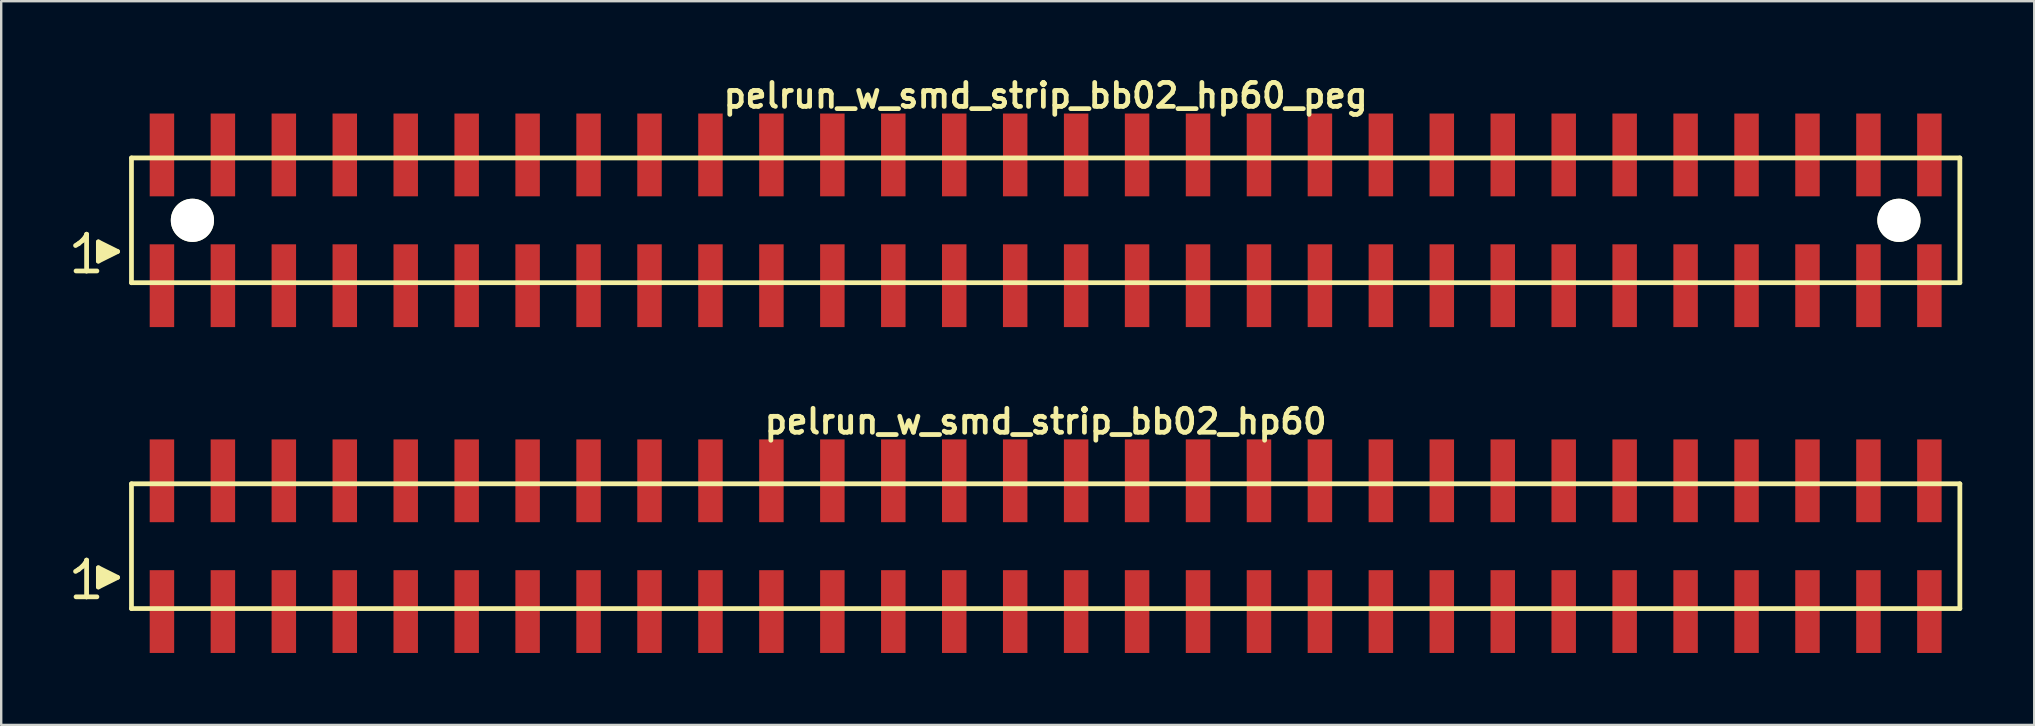
<source format=kicad_pcb>
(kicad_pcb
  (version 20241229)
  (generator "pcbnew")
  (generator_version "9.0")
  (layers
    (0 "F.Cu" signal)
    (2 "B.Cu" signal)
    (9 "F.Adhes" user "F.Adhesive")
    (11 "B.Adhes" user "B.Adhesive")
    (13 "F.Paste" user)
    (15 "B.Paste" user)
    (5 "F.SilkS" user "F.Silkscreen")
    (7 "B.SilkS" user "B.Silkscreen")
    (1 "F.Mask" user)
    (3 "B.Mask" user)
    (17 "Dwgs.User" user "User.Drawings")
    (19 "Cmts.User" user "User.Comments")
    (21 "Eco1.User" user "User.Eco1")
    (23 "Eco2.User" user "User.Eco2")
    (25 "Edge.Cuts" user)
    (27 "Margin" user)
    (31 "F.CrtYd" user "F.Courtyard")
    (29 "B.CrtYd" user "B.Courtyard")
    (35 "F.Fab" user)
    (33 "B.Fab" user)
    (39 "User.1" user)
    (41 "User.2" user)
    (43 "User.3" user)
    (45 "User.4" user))
  (footprint "pelrun_w_smd_strip_bb02_hp60"
    (layer "F.Cu")
    (at 40.529 19.713)
    (property "Reference" "pelrun_w_smd_strip_bb02_hp60" (at 0 -5.2 0) (layer "F.SilkS") (effects (font (size 0.998 0.998) (thickness 0.198))))
    (attr through_hole)
    (fp_line (start -40.43 1.05) (end -40.3 0.97) (stroke (width 0.198) (type solid)) (layer "F.SilkS"))
    (fp_line (start -40.3 0.97) (end -40.14 0.84) (stroke (width 0.198) (type solid)) (layer "F.SilkS"))
    (fp_line (start -40.14 0.84) (end -40 0.67) (stroke (width 0.198) (type solid)) (layer "F.SilkS"))
    (fp_line (start -40 0.67) (end -39.97 0.58) (stroke (width 0.198) (type solid)) (layer "F.SilkS"))
    (fp_line (start -39.97 0.58) (end -39.97 2.11) (stroke (width 0.198) (type solid)) (layer "F.SilkS"))
    (fp_line (start -39.97 2.11) (end -40.41 2.11) (stroke (width 0.198) (type solid)) (layer "F.SilkS"))
    (fp_line (start -39.54 2.11) (end -39.98 2.11) (stroke (width 0.198) (type solid)) (layer "F.SilkS"))
    (fp_line (start -39.48 0.9) (end -38.68 1.3) (stroke (width 0.198) (type solid)) (layer "F.SilkS"))
    (fp_line (start -39.48 1.7) (end -39.48 0.9) (stroke (width 0.198) (type solid)) (layer "F.SilkS"))
    (fp_line (start -39.38 1.6) (end -39.38 1) (stroke (width 0.198) (type solid)) (layer "F.SilkS"))
    (fp_line (start -39.28 1.1) (end -39.28 1.5) (stroke (width 0.198) (type solid)) (layer "F.SilkS"))
    (fp_line (start -39.18 1.5) (end -39.18 1.1) (stroke (width 0.198) (type solid)) (layer "F.SilkS"))
    (fp_line (start -39.08 1.2) (end -39.08 1.4) (stroke (width 0.198) (type solid)) (layer "F.SilkS"))
    (fp_line (start -38.98 1.4) (end -38.98 1.2) (stroke (width 0.198) (type solid)) (layer "F.SilkS"))
    (fp_line (start -38.68 1.3) (end -39.48 1.7) (stroke (width 0.198) (type solid)) (layer "F.SilkS"))
    (fp_line (start -38.1 -2.6) (end -38.1 2.6) (stroke (width 0.198) (type solid)) (layer "F.SilkS"))
    (fp_line (start -38.1 -2.6) (end 38.1 -2.6) (stroke (width 0.198) (type solid)) (layer "F.SilkS"))
    (fp_line (start 38.1 2.6) (end -38.1 2.6) (stroke (width 0.198) (type solid)) (layer "F.SilkS"))
    (fp_line (start 38.1 2.6) (end 38.1 -2.6) (stroke (width 0.198) (type solid)) (layer "F.SilkS"))
    (pad "1" smd rect (at -36.83 2.725) (size 1.02 3.45) (layers "F.Cu" "F.Mask" "F.Paste"))
    (pad "2" smd rect (at -36.83 -2.725) (size 1.02 3.45) (layers "F.Cu" "F.Mask" "F.Paste"))
    (pad "3" smd rect (at -34.29 2.725) (size 1.02 3.45) (layers "F.Cu" "F.Mask" "F.Paste"))
    (pad "4" smd rect (at -34.29 -2.725) (size 1.02 3.45) (layers "F.Cu" "F.Mask" "F.Paste"))
    (pad "5" smd rect (at -31.75 2.725) (size 1.02 3.45) (layers "F.Cu" "F.Mask" "F.Paste"))
    (pad "6" smd rect (at -31.75 -2.725) (size 1.02 3.45) (layers "F.Cu" "F.Mask" "F.Paste"))
    (pad "7" smd rect (at -29.21 2.725) (size 1.02 3.45) (layers "F.Cu" "F.Mask" "F.Paste"))
    (pad "8" smd rect (at -29.21 -2.725) (size 1.02 3.45) (layers "F.Cu" "F.Mask" "F.Paste"))
    (pad "9" smd rect (at -26.67 2.725) (size 1.02 3.45) (layers "F.Cu" "F.Mask" "F.Paste"))
    (pad "10" smd rect (at -26.67 -2.725) (size 1.02 3.45) (layers "F.Cu" "F.Mask" "F.Paste"))
    (pad "11" smd rect (at -24.13 2.725) (size 1.02 3.45) (layers "F.Cu" "F.Mask" "F.Paste"))
    (pad "12" smd rect (at -24.13 -2.725) (size 1.02 3.45) (layers "F.Cu" "F.Mask" "F.Paste"))
    (pad "13" smd rect (at -21.59 2.725) (size 1.02 3.45) (layers "F.Cu" "F.Mask" "F.Paste"))
    (pad "14" smd rect (at -21.59 -2.725) (size 1.02 3.45) (layers "F.Cu" "F.Mask" "F.Paste"))
    (pad "15" smd rect (at -19.05 2.725) (size 1.02 3.45) (layers "F.Cu" "F.Mask" "F.Paste"))
    (pad "16" smd rect (at -19.05 -2.725) (size 1.02 3.45) (layers "F.Cu" "F.Mask" "F.Paste"))
    (pad "17" smd rect (at -16.51 2.725) (size 1.02 3.45) (layers "F.Cu" "F.Mask" "F.Paste"))
    (pad "18" smd rect (at -16.51 -2.725) (size 1.02 3.45) (layers "F.Cu" "F.Mask" "F.Paste"))
    (pad "19" smd rect (at -13.97 2.725) (size 1.02 3.45) (layers "F.Cu" "F.Mask" "F.Paste"))
    (pad "20" smd rect (at -13.97 -2.725) (size 1.02 3.45) (layers "F.Cu" "F.Mask" "F.Paste"))
    (pad "21" smd rect (at -11.43 2.725) (size 1.02 3.45) (layers "F.Cu" "F.Mask" "F.Paste"))
    (pad "22" smd rect (at -11.43 -2.725) (size 1.02 3.45) (layers "F.Cu" "F.Mask" "F.Paste"))
    (pad "23" smd rect (at -8.89 2.725) (size 1.02 3.45) (layers "F.Cu" "F.Mask" "F.Paste"))
    (pad "24" smd rect (at -8.89 -2.725) (size 1.02 3.45) (layers "F.Cu" "F.Mask" "F.Paste"))
    (pad "25" smd rect (at -6.35 2.725) (size 1.02 3.45) (layers "F.Cu" "F.Mask" "F.Paste"))
    (pad "26" smd rect (at -6.35 -2.725) (size 1.02 3.45) (layers "F.Cu" "F.Mask" "F.Paste"))
    (pad "27" smd rect (at -3.81 2.725) (size 1.02 3.45) (layers "F.Cu" "F.Mask" "F.Paste"))
    (pad "28" smd rect (at -3.81 -2.725) (size 1.02 3.45) (layers "F.Cu" "F.Mask" "F.Paste"))
    (pad "29" smd rect (at -1.27 2.725) (size 1.02 3.45) (layers "F.Cu" "F.Mask" "F.Paste"))
    (pad "30" smd rect (at -1.27 -2.725) (size 1.02 3.45) (layers "F.Cu" "F.Mask" "F.Paste"))
    (pad "31" smd rect (at 1.27 2.725) (size 1.02 3.45) (layers "F.Cu" "F.Mask" "F.Paste"))
    (pad "32" smd rect (at 1.27 -2.725) (size 1.02 3.45) (layers "F.Cu" "F.Mask" "F.Paste"))
    (pad "33" smd rect (at 3.81 2.725) (size 1.02 3.45) (layers "F.Cu" "F.Mask" "F.Paste"))
    (pad "34" smd rect (at 3.81 -2.725) (size 1.02 3.45) (layers "F.Cu" "F.Mask" "F.Paste"))
    (pad "35" smd rect (at 6.35 2.725) (size 1.02 3.45) (layers "F.Cu" "F.Mask" "F.Paste"))
    (pad "36" smd rect (at 6.35 -2.725) (size 1.02 3.45) (layers "F.Cu" "F.Mask" "F.Paste"))
    (pad "37" smd rect (at 8.89 2.725) (size 1.02 3.45) (layers "F.Cu" "F.Mask" "F.Paste"))
    (pad "38" smd rect (at 8.89 -2.725) (size 1.02 3.45) (layers "F.Cu" "F.Mask" "F.Paste"))
    (pad "39" smd rect (at 11.43 2.725) (size 1.02 3.45) (layers "F.Cu" "F.Mask" "F.Paste"))
    (pad "40" smd rect (at 11.43 -2.725) (size 1.02 3.45) (layers "F.Cu" "F.Mask" "F.Paste"))
    (pad "41" smd rect (at 13.97 2.725) (size 1.02 3.45) (layers "F.Cu" "F.Mask" "F.Paste"))
    (pad "42" smd rect (at 13.97 -2.725) (size 1.02 3.45) (layers "F.Cu" "F.Mask" "F.Paste"))
    (pad "43" smd rect (at 16.51 2.725) (size 1.02 3.45) (layers "F.Cu" "F.Mask" "F.Paste"))
    (pad "44" smd rect (at 16.51 -2.725) (size 1.02 3.45) (layers "F.Cu" "F.Mask" "F.Paste"))
    (pad "45" smd rect (at 19.05 2.725) (size 1.02 3.45) (layers "F.Cu" "F.Mask" "F.Paste"))
    (pad "46" smd rect (at 19.05 -2.725) (size 1.02 3.45) (layers "F.Cu" "F.Mask" "F.Paste"))
    (pad "47" smd rect (at 21.59 2.725) (size 1.02 3.45) (layers "F.Cu" "F.Mask" "F.Paste"))
    (pad "48" smd rect (at 21.59 -2.725) (size 1.02 3.45) (layers "F.Cu" "F.Mask" "F.Paste"))
    (pad "49" smd rect (at 24.13 2.725) (size 1.02 3.45) (layers "F.Cu" "F.Mask" "F.Paste"))
    (pad "50" smd rect (at 24.13 -2.725) (size 1.02 3.45) (layers "F.Cu" "F.Mask" "F.Paste"))
    (pad "51" smd rect (at 26.67 2.725) (size 1.02 3.45) (layers "F.Cu" "F.Mask" "F.Paste"))
    (pad "52" smd rect (at 26.67 -2.725) (size 1.02 3.45) (layers "F.Cu" "F.Mask" "F.Paste"))
    (pad "53" smd rect (at 29.21 2.725) (size 1.02 3.45) (layers "F.Cu" "F.Mask" "F.Paste"))
    (pad "54" smd rect (at 29.21 -2.725) (size 1.02 3.45) (layers "F.Cu" "F.Mask" "F.Paste"))
    (pad "55" smd rect (at 31.75 2.725) (size 1.02 3.45) (layers "F.Cu" "F.Mask" "F.Paste"))
    (pad "56" smd rect (at 31.75 -2.725) (size 1.02 3.45) (layers "F.Cu" "F.Mask" "F.Paste"))
    (pad "57" smd rect (at 34.29 2.725) (size 1.02 3.45) (layers "F.Cu" "F.Mask" "F.Paste"))
    (pad "58" smd rect (at 34.29 -2.725) (size 1.02 3.45) (layers "F.Cu" "F.Mask" "F.Paste"))
    (pad "59" smd rect (at 36.83 2.725) (size 1.02 3.45) (layers "F.Cu" "F.Mask" "F.Paste"))
    (pad "60" smd rect (at 36.83 -2.725) (size 1.02 3.45) (layers "F.Cu" "F.Mask" "F.Paste")))
  (footprint "pelrun_w_smd_strip_bb02_hp60_peg"
    (layer "F.Cu")
    (at 40.529 6.132)
    (property "Reference" "pelrun_w_smd_strip_bb02_hp60_peg" (at 0 -5.2 0) (layer "F.SilkS") (effects (font (size 0.998 0.998) (thickness 0.198))))
    (attr through_hole)
    (fp_line (start -40.43 1.05) (end -40.3 0.97) (stroke (width 0.198) (type solid)) (layer "F.SilkS"))
    (fp_line (start -40.3 0.97) (end -40.14 0.84) (stroke (width 0.198) (type solid)) (layer "F.SilkS"))
    (fp_line (start -40.14 0.84) (end -40 0.67) (stroke (width 0.198) (type solid)) (layer "F.SilkS"))
    (fp_line (start -40 0.67) (end -39.97 0.58) (stroke (width 0.198) (type solid)) (layer "F.SilkS"))
    (fp_line (start -39.97 0.58) (end -39.97 2.11) (stroke (width 0.198) (type solid)) (layer "F.SilkS"))
    (fp_line (start -39.97 2.11) (end -40.41 2.11) (stroke (width 0.198) (type solid)) (layer "F.SilkS"))
    (fp_line (start -39.54 2.11) (end -39.98 2.11) (stroke (width 0.198) (type solid)) (layer "F.SilkS"))
    (fp_line (start -39.48 0.9) (end -38.68 1.3) (stroke (width 0.198) (type solid)) (layer "F.SilkS"))
    (fp_line (start -39.48 1.7) (end -39.48 0.9) (stroke (width 0.198) (type solid)) (layer "F.SilkS"))
    (fp_line (start -39.38 1.6) (end -39.38 1) (stroke (width 0.198) (type solid)) (layer "F.SilkS"))
    (fp_line (start -39.28 1.1) (end -39.28 1.5) (stroke (width 0.198) (type solid)) (layer "F.SilkS"))
    (fp_line (start -39.18 1.5) (end -39.18 1.1) (stroke (width 0.198) (type solid)) (layer "F.SilkS"))
    (fp_line (start -39.08 1.2) (end -39.08 1.4) (stroke (width 0.198) (type solid)) (layer "F.SilkS"))
    (fp_line (start -38.98 1.4) (end -38.98 1.2) (stroke (width 0.198) (type solid)) (layer "F.SilkS"))
    (fp_line (start -38.68 1.3) (end -39.48 1.7) (stroke (width 0.198) (type solid)) (layer "F.SilkS"))
    (fp_line (start -38.1 -2.6) (end -38.1 2.6) (stroke (width 0.198) (type solid)) (layer "F.SilkS"))
    (fp_line (start -38.1 -2.6) (end 38.1 -2.6) (stroke (width 0.198) (type solid)) (layer "F.SilkS"))
    (fp_line (start 38.1 2.6) (end -38.1 2.6) (stroke (width 0.198) (type solid)) (layer "F.SilkS"))
    (fp_line (start 38.1 2.6) (end 38.1 -2.6) (stroke (width 0.198) (type solid)) (layer "F.SilkS"))
    (pad "" np_thru_hole circle (at -35.56 0) (size 1.8 1.8) (drill 1.8) (layers "*.Cu" "*.Mask" "F.SilkS"))
    (pad "" np_thru_hole circle (at 35.56 0) (size 1.8 1.8) (drill 1.8) (layers "*.Cu" "*.Mask" "F.SilkS"))
    (pad "1" smd rect (at -36.83 2.725) (size 1.02 3.45) (layers "F.Cu" "F.Mask" "F.Paste"))
    (pad "2" smd rect (at -36.83 -2.725) (size 1.02 3.45) (layers "F.Cu" "F.Mask" "F.Paste"))
    (pad "3" smd rect (at -34.29 2.725) (size 1.02 3.45) (layers "F.Cu" "F.Mask" "F.Paste"))
    (pad "4" smd rect (at -34.29 -2.725) (size 1.02 3.45) (layers "F.Cu" "F.Mask" "F.Paste"))
    (pad "5" smd rect (at -31.75 2.725) (size 1.02 3.45) (layers "F.Cu" "F.Mask" "F.Paste"))
    (pad "6" smd rect (at -31.75 -2.725) (size 1.02 3.45) (layers "F.Cu" "F.Mask" "F.Paste"))
    (pad "7" smd rect (at -29.21 2.725) (size 1.02 3.45) (layers "F.Cu" "F.Mask" "F.Paste"))
    (pad "8" smd rect (at -29.21 -2.725) (size 1.02 3.45) (layers "F.Cu" "F.Mask" "F.Paste"))
    (pad "9" smd rect (at -26.67 2.725) (size 1.02 3.45) (layers "F.Cu" "F.Mask" "F.Paste"))
    (pad "10" smd rect (at -26.67 -2.725) (size 1.02 3.45) (layers "F.Cu" "F.Mask" "F.Paste"))
    (pad "11" smd rect (at -24.13 2.725) (size 1.02 3.45) (layers "F.Cu" "F.Mask" "F.Paste"))
    (pad "12" smd rect (at -24.13 -2.725) (size 1.02 3.45) (layers "F.Cu" "F.Mask" "F.Paste"))
    (pad "13" smd rect (at -21.59 2.725) (size 1.02 3.45) (layers "F.Cu" "F.Mask" "F.Paste"))
    (pad "14" smd rect (at -21.59 -2.725) (size 1.02 3.45) (layers "F.Cu" "F.Mask" "F.Paste"))
    (pad "15" smd rect (at -19.05 2.725) (size 1.02 3.45) (layers "F.Cu" "F.Mask" "F.Paste"))
    (pad "16" smd rect (at -19.05 -2.725) (size 1.02 3.45) (layers "F.Cu" "F.Mask" "F.Paste"))
    (pad "17" smd rect (at -16.51 2.725) (size 1.02 3.45) (layers "F.Cu" "F.Mask" "F.Paste"))
    (pad "18" smd rect (at -16.51 -2.725) (size 1.02 3.45) (layers "F.Cu" "F.Mask" "F.Paste"))
    (pad "19" smd rect (at -13.97 2.725) (size 1.02 3.45) (layers "F.Cu" "F.Mask" "F.Paste"))
    (pad "20" smd rect (at -13.97 -2.725) (size 1.02 3.45) (layers "F.Cu" "F.Mask" "F.Paste"))
    (pad "21" smd rect (at -11.43 2.725) (size 1.02 3.45) (layers "F.Cu" "F.Mask" "F.Paste"))
    (pad "22" smd rect (at -11.43 -2.725) (size 1.02 3.45) (layers "F.Cu" "F.Mask" "F.Paste"))
    (pad "23" smd rect (at -8.89 2.725) (size 1.02 3.45) (layers "F.Cu" "F.Mask" "F.Paste"))
    (pad "24" smd rect (at -8.89 -2.725) (size 1.02 3.45) (layers "F.Cu" "F.Mask" "F.Paste"))
    (pad "25" smd rect (at -6.35 2.725) (size 1.02 3.45) (layers "F.Cu" "F.Mask" "F.Paste"))
    (pad "26" smd rect (at -6.35 -2.725) (size 1.02 3.45) (layers "F.Cu" "F.Mask" "F.Paste"))
    (pad "27" smd rect (at -3.81 2.725) (size 1.02 3.45) (layers "F.Cu" "F.Mask" "F.Paste"))
    (pad "28" smd rect (at -3.81 -2.725) (size 1.02 3.45) (layers "F.Cu" "F.Mask" "F.Paste"))
    (pad "29" smd rect (at -1.27 2.725) (size 1.02 3.45) (layers "F.Cu" "F.Mask" "F.Paste"))
    (pad "30" smd rect (at -1.27 -2.725) (size 1.02 3.45) (layers "F.Cu" "F.Mask" "F.Paste"))
    (pad "31" smd rect (at 1.27 2.725) (size 1.02 3.45) (layers "F.Cu" "F.Mask" "F.Paste"))
    (pad "32" smd rect (at 1.27 -2.725) (size 1.02 3.45) (layers "F.Cu" "F.Mask" "F.Paste"))
    (pad "33" smd rect (at 3.81 2.725) (size 1.02 3.45) (layers "F.Cu" "F.Mask" "F.Paste"))
    (pad "34" smd rect (at 3.81 -2.725) (size 1.02 3.45) (layers "F.Cu" "F.Mask" "F.Paste"))
    (pad "35" smd rect (at 6.35 2.725) (size 1.02 3.45) (layers "F.Cu" "F.Mask" "F.Paste"))
    (pad "36" smd rect (at 6.35 -2.725) (size 1.02 3.45) (layers "F.Cu" "F.Mask" "F.Paste"))
    (pad "37" smd rect (at 8.89 2.725) (size 1.02 3.45) (layers "F.Cu" "F.Mask" "F.Paste"))
    (pad "38" smd rect (at 8.89 -2.725) (size 1.02 3.45) (layers "F.Cu" "F.Mask" "F.Paste"))
    (pad "39" smd rect (at 11.43 2.725) (size 1.02 3.45) (layers "F.Cu" "F.Mask" "F.Paste"))
    (pad "40" smd rect (at 11.43 -2.725) (size 1.02 3.45) (layers "F.Cu" "F.Mask" "F.Paste"))
    (pad "41" smd rect (at 13.97 2.725) (size 1.02 3.45) (layers "F.Cu" "F.Mask" "F.Paste"))
    (pad "42" smd rect (at 13.97 -2.725) (size 1.02 3.45) (layers "F.Cu" "F.Mask" "F.Paste"))
    (pad "43" smd rect (at 16.51 2.725) (size 1.02 3.45) (layers "F.Cu" "F.Mask" "F.Paste"))
    (pad "44" smd rect (at 16.51 -2.725) (size 1.02 3.45) (layers "F.Cu" "F.Mask" "F.Paste"))
    (pad "45" smd rect (at 19.05 2.725) (size 1.02 3.45) (layers "F.Cu" "F.Mask" "F.Paste"))
    (pad "46" smd rect (at 19.05 -2.725) (size 1.02 3.45) (layers "F.Cu" "F.Mask" "F.Paste"))
    (pad "47" smd rect (at 21.59 2.725) (size 1.02 3.45) (layers "F.Cu" "F.Mask" "F.Paste"))
    (pad "48" smd rect (at 21.59 -2.725) (size 1.02 3.45) (layers "F.Cu" "F.Mask" "F.Paste"))
    (pad "49" smd rect (at 24.13 2.725) (size 1.02 3.45) (layers "F.Cu" "F.Mask" "F.Paste"))
    (pad "50" smd rect (at 24.13 -2.725) (size 1.02 3.45) (layers "F.Cu" "F.Mask" "F.Paste"))
    (pad "51" smd rect (at 26.67 2.725) (size 1.02 3.45) (layers "F.Cu" "F.Mask" "F.Paste"))
    (pad "52" smd rect (at 26.67 -2.725) (size 1.02 3.45) (layers "F.Cu" "F.Mask" "F.Paste"))
    (pad "53" smd rect (at 29.21 2.725) (size 1.02 3.45) (layers "F.Cu" "F.Mask" "F.Paste"))
    (pad "54" smd rect (at 29.21 -2.725) (size 1.02 3.45) (layers "F.Cu" "F.Mask" "F.Paste"))
    (pad "55" smd rect (at 31.75 2.725) (size 1.02 3.45) (layers "F.Cu" "F.Mask" "F.Paste"))
    (pad "56" smd rect (at 31.75 -2.725) (size 1.02 3.45) (layers "F.Cu" "F.Mask" "F.Paste"))
    (pad "57" smd rect (at 34.29 2.725) (size 1.02 3.45) (layers "F.Cu" "F.Mask" "F.Paste"))
    (pad "58" smd rect (at 34.29 -2.725) (size 1.02 3.45) (layers "F.Cu" "F.Mask" "F.Paste"))
    (pad "59" smd rect (at 36.83 2.725) (size 1.02 3.45) (layers "F.Cu" "F.Mask" "F.Paste"))
    (pad "60" smd rect (at 36.83 -2.725) (size 1.02 3.45) (layers "F.Cu" "F.Mask" "F.Paste")))
  (gr_rect
    (start -3 -3)
    (end 81.728 27.163)
    (stroke (width 0.1) (type default))
    (fill no)
    (layer "Edge.Cuts")))
</source>
